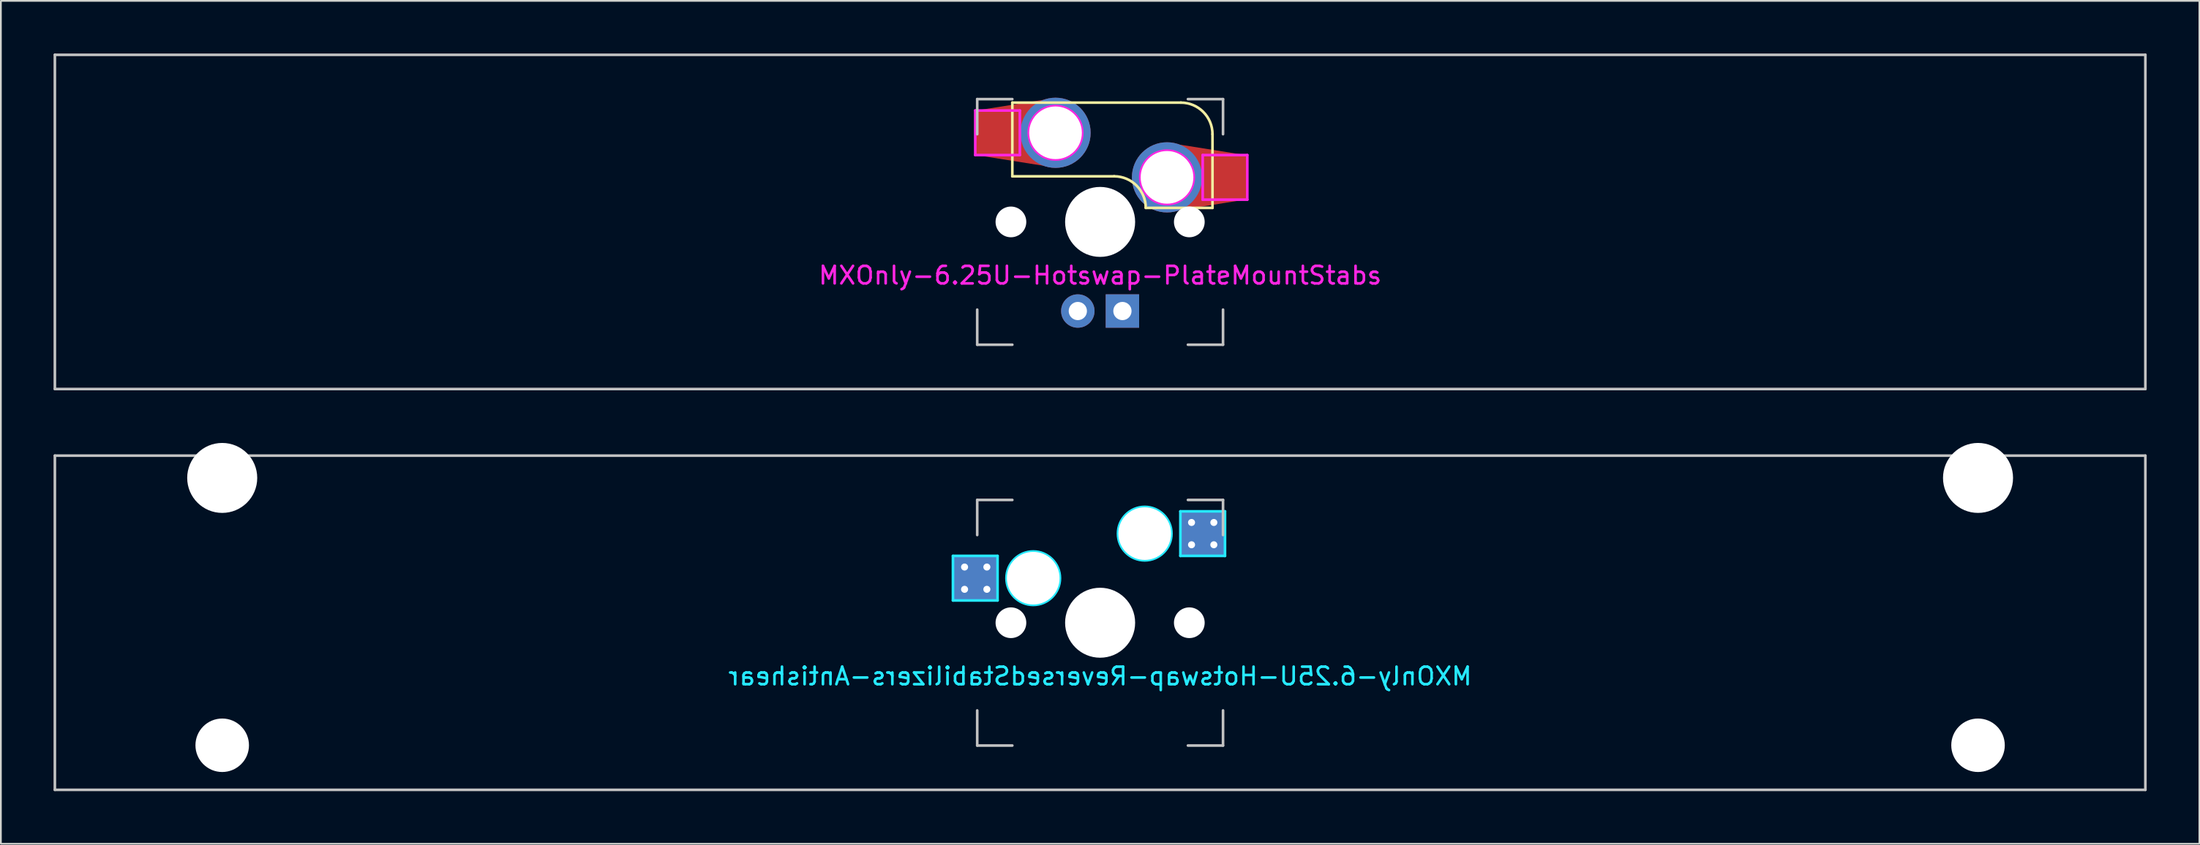
<source format=kicad_pcb>
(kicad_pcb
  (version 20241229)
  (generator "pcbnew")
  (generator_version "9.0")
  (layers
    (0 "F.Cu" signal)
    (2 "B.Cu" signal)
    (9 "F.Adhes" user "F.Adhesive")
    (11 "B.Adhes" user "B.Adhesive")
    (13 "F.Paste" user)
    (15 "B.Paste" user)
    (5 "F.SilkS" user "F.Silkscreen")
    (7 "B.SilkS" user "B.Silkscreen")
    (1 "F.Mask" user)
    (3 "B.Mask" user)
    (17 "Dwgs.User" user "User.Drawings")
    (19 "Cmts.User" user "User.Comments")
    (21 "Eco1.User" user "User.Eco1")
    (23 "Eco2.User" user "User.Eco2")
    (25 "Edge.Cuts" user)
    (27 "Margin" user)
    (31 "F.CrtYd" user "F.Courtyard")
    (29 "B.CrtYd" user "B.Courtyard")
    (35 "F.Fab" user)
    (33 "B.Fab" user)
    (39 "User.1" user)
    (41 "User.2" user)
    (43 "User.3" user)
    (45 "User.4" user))
  (footprint "MXOnly-6.25U-Hotswap-PlateMountStabs"
    (layer "F.Cu")
    (at 59.606 9.6)
    (property "Reference" "MXOnly-6.25U-Hotswap-PlateMountStabs" (at 0 3.048 180) (layer "F.CrtYd") (effects (font (size 1 1) (thickness 0.15))))
    (attr smd)
    (fp_line (start -5 -6.8) (end 4.6 -6.8) (stroke (width 0.15) (type solid)) (layer "F.SilkS"))
    (fp_line (start -5 -2.6) (end -5 -6.8) (stroke (width 0.15) (type solid)) (layer "F.SilkS"))
    (fp_line (start 0.8 -2.6) (end -5 -2.6) (stroke (width 0.15) (type solid)) (layer "F.SilkS"))
    (fp_line (start 6.4 -5) (end 6.4 -0.8) (stroke (width 0.15) (type solid)) (layer "F.SilkS"))
    (fp_line (start 6.4 -0.8) (end 2.6 -0.8) (stroke (width 0.15) (type solid)) (layer "F.SilkS"))
    (fp_arc (start 0.8 -2.6) (mid 2.072792 -2.072792) (end 2.6 -0.8) (stroke (width 0.15) (type solid)) (layer "F.SilkS"))
    (fp_arc (start 4.6 -6.8) (mid 5.872792 -6.272792) (end 6.4 -5) (stroke (width 0.15) (type solid)) (layer "F.SilkS"))
    (fp_poly (pts (xy -5.08 -3.493) (xy -7.112 -3.81) (xy -7.112 -6.35) (xy -5.08 -6.668)) (stroke (width 0.1) (type solid)) (fill yes) (layer "F.Paste"))
    (fp_poly (pts (xy 6.477 -4.064) (xy 8.509 -3.747) (xy 8.509 -1.206) (xy 6.477 -0.889)) (stroke (width 0.1) (type solid)) (fill yes) (layer "F.Paste"))
    (fp_line (start -59.531 -9.525) (end 59.531 -9.525) (stroke (width 0.15) (type solid)) (layer "Dwgs.User"))
    (fp_line (start -59.531 9.525) (end -59.531 -9.525) (stroke (width 0.15) (type solid)) (layer "Dwgs.User"))
    (fp_line (start -7 -7) (end -7 -5) (stroke (width 0.15) (type solid)) (layer "Dwgs.User"))
    (fp_line (start -7 7) (end -7 5) (stroke (width 0.15) (type solid)) (layer "Dwgs.User"))
    (fp_line (start -5 -7) (end -7 -7) (stroke (width 0.15) (type solid)) (layer "Dwgs.User"))
    (fp_line (start -5 7) (end -7 7) (stroke (width 0.15) (type solid)) (layer "Dwgs.User"))
    (fp_line (start 5 -7) (end 7 -7) (stroke (width 0.15) (type solid)) (layer "Dwgs.User"))
    (fp_line (start 7 -7) (end 7 -5) (stroke (width 0.15) (type solid)) (layer "Dwgs.User"))
    (fp_line (start 7 5) (end 7 7) (stroke (width 0.15) (type solid)) (layer "Dwgs.User"))
    (fp_line (start 7 7) (end 5 7) (stroke (width 0.15) (type solid)) (layer "Dwgs.User"))
    (fp_line (start 59.531 -9.525) (end 59.531 9.525) (stroke (width 0.15) (type solid)) (layer "Dwgs.User"))
    (fp_line (start 59.531 9.525) (end -59.531 9.525) (stroke (width 0.15) (type solid)) (layer "Dwgs.User"))
    (fp_line (start -7.112 -6.35) (end -7.112 -3.81) (stroke (width 0.15) (type solid)) (layer "F.CrtYd"))
    (fp_line (start -7.112 -3.81) (end -4.572 -3.81) (stroke (width 0.15) (type solid)) (layer "F.CrtYd"))
    (fp_line (start -4.572 -6.35) (end -7.112 -6.35) (stroke (width 0.15) (type solid)) (layer "F.CrtYd"))
    (fp_line (start -4.572 -3.81) (end -4.572 -6.35) (stroke (width 0.15) (type solid)) (layer "F.CrtYd"))
    (fp_line (start 5.842 -3.81) (end 5.842 -1.27) (stroke (width 0.15) (type solid)) (layer "F.CrtYd"))
    (fp_line (start 5.842 -1.27) (end 8.382 -1.27) (stroke (width 0.15) (type solid)) (layer "F.CrtYd"))
    (fp_line (start 8.382 -3.81) (end 5.842 -3.81) (stroke (width 0.15) (type solid)) (layer "F.CrtYd"))
    (fp_line (start 8.382 -1.27) (end 8.382 -3.81) (stroke (width 0.15) (type solid)) (layer "F.CrtYd"))
    (fp_circle (center -2.54 -5.08) (end -2.54 -6.604) (stroke (width 0.15) (type solid)) (fill no) (layer "F.CrtYd"))
    (fp_circle (center 3.81 -2.54) (end 3.81 -4.064) (stroke (width 0.15) (type solid)) (fill no) (layer "F.CrtYd"))
    (pad "" np_thru_hole circle (at -5.08 0 131.9) (size 1.75 1.75) (drill 1.75) (layers "*.Cu" "*.Mask"))
    (pad "" np_thru_hole circle (at 0 0 180) (size 3.988 3.988) (drill 3.988) (layers "*.Cu" "*.Mask"))
    (pad "" np_thru_hole circle (at 5.08 0 131.9) (size 1.75 1.75) (drill 1.75) (layers "*.Cu" "*.Mask"))
    (pad "1" thru_hole circle (at 3.81 -2.54 180) (size 4 4) (drill 3) (layers "*.Cu" "F.Mask"))
    (pad "1" smd custom (at 7.085 -2.54 180) (size 2.55 2.5) (layers "F.Cu" "F.Mask") (options (anchor rect)) (primitives (gr_poly (pts (xy -1.195 1.219) (xy 3.275 1.93) (xy 3.275 -1.93) (xy -1.195 -1.219)) (width 0.1) (fill yes))))
    (pad "2" smd custom (at -5.841 -5.08 180) (size 2.55 2.5) (layers "F.Cu" "F.Mask") (options (anchor rect)) (primitives (gr_poly (pts (xy 1.219 -1.219) (xy -3.251 -1.93) (xy -3.251 1.93) (xy 1.219 1.219)) (width 0.1) (fill yes))))
    (pad "2" thru_hole circle (at -2.54 -5.08 180) (size 4 4) (drill 3) (layers "*.Cu" "F.Mask"))
    (pad "3" thru_hole circle (at -1.27 5.08) (size 1.905 1.905) (drill 1.04) (layers "*.Cu" "B.Mask"))
    (pad "4" thru_hole rect (at 1.27 5.08) (size 1.905 1.905) (drill 1.04) (layers "*.Cu" "B.Mask")))
  (footprint "MXOnly-6.25U-Hotswap-ReversedStabilizers-Antishear"
    (layer "F.Cu")
    (at 59.606 32.449)
    (property "Reference" "MXOnly-6.25U-Hotswap-ReversedStabilizers-Antishear" (at 0 3.048 0) (layer "B.CrtYd") (effects (font (size 1 1) (thickness 0.15)) (justify mirror)))
    (attr smd)
    (fp_line (start -59.531 -9.525) (end 59.531 -9.525) (stroke (width 0.15) (type solid)) (layer "Dwgs.User"))
    (fp_line (start -59.531 9.525) (end -59.531 -9.525) (stroke (width 0.15) (type solid)) (layer "Dwgs.User"))
    (fp_line (start -7 -7) (end -7 -5) (stroke (width 0.15) (type solid)) (layer "Dwgs.User"))
    (fp_line (start -7 5) (end -7 7) (stroke (width 0.15) (type solid)) (layer "Dwgs.User"))
    (fp_line (start -7 7) (end -5 7) (stroke (width 0.15) (type solid)) (layer "Dwgs.User"))
    (fp_line (start -5 -7) (end -7 -7) (stroke (width 0.15) (type solid)) (layer "Dwgs.User"))
    (fp_line (start 5 -7) (end 7 -7) (stroke (width 0.15) (type solid)) (layer "Dwgs.User"))
    (fp_line (start 5 7) (end 7 7) (stroke (width 0.15) (type solid)) (layer "Dwgs.User"))
    (fp_line (start 7 -7) (end 7 -5) (stroke (width 0.15) (type solid)) (layer "Dwgs.User"))
    (fp_line (start 7 7) (end 7 5) (stroke (width 0.15) (type solid)) (layer "Dwgs.User"))
    (fp_line (start 59.531 -9.525) (end 59.531 9.525) (stroke (width 0.15) (type solid)) (layer "Dwgs.User"))
    (fp_line (start 59.531 9.525) (end -59.531 9.525) (stroke (width 0.15) (type solid)) (layer "Dwgs.User"))
    (fp_line (start -8.382 -3.81) (end -5.842 -3.81) (stroke (width 0.15) (type solid)) (layer "B.CrtYd"))
    (fp_line (start -8.382 -1.27) (end -8.382 -3.81) (stroke (width 0.15) (type solid)) (layer "B.CrtYd"))
    (fp_line (start -5.842 -3.81) (end -5.842 -1.27) (stroke (width 0.15) (type solid)) (layer "B.CrtYd"))
    (fp_line (start -5.842 -1.27) (end -8.382 -1.27) (stroke (width 0.15) (type solid)) (layer "B.CrtYd"))
    (fp_line (start 4.572 -6.35) (end 7.112 -6.35) (stroke (width 0.15) (type solid)) (layer "B.CrtYd"))
    (fp_line (start 4.572 -3.81) (end 4.572 -6.35) (stroke (width 0.15) (type solid)) (layer "B.CrtYd"))
    (fp_line (start 7.112 -6.35) (end 7.112 -3.81) (stroke (width 0.15) (type solid)) (layer "B.CrtYd"))
    (fp_line (start 7.112 -3.81) (end 4.572 -3.81) (stroke (width 0.15) (type solid)) (layer "B.CrtYd"))
    (fp_circle (center -3.81 -2.54) (end -3.81 -4.064) (stroke (width 0.15) (type solid)) (fill no) (layer "B.CrtYd"))
    (fp_circle (center 2.54 -5.08) (end 2.54 -6.604) (stroke (width 0.15) (type solid)) (fill no) (layer "B.CrtYd"))
    (pad "" np_thru_hole circle (at -50 -8.255) (size 3.988 3.988) (drill 3.988) (layers "*.Cu" "*.Mask"))
    (pad "" np_thru_hole circle (at -50 6.985) (size 3.048 3.048) (drill 3.048) (layers "*.Cu" "*.Mask"))
    (pad "" np_thru_hole circle (at -5.08 0 48.1) (size 1.75 1.75) (drill 1.75) (layers "*.Cu" "*.Mask"))
    (pad "" np_thru_hole circle (at -3.81 -2.54) (size 3 3) (drill 3) (layers "*.Cu" "*.Mask"))
    (pad "" np_thru_hole circle (at 0 0) (size 3.988 3.988) (drill 3.988) (layers "*.Cu" "*.Mask"))
    (pad "" np_thru_hole circle (at 2.54 -5.08) (size 3 3) (drill 3) (layers "*.Cu" "*.Mask"))
    (pad "" np_thru_hole circle (at 5.08 0 48.1) (size 1.75 1.75) (drill 1.75) (layers "*.Cu" "*.Mask"))
    (pad "" np_thru_hole circle (at 50 -8.255) (size 3.988 3.988) (drill 3.988) (layers "*.Cu" "*.Mask"))
    (pad "" np_thru_hole circle (at 50 6.985) (size 3.048 3.048) (drill 3.048) (layers "*.Cu" "*.Mask"))
    (pad "1" thru_hole circle (at -7.72 -3.175) (size 0.8 0.8) (drill 0.4) (layers "*.Cu" "B.Mask"))
    (pad "1" thru_hole circle (at -7.72 -1.905) (size 0.8 0.8) (drill 0.4) (layers "*.Cu" "B.Mask"))
    (pad "1" smd rect (at -7.085 -2.54) (size 2.55 2.5) (layers "B.Cu" "B.Mask" "B.Paste"))
    (pad "1" thru_hole circle (at -6.45 -3.175) (size 0.8 0.8) (drill 0.4) (layers "*.Cu" "B.Mask"))
    (pad "1" thru_hole circle (at -6.45 -1.905) (size 0.8 0.8) (drill 0.4) (layers "*.Cu" "B.Mask"))
    (pad "2" thru_hole circle (at 5.207 -5.715) (size 0.8 0.8) (drill 0.4) (layers "*.Cu" "B.Mask"))
    (pad "2" thru_hole circle (at 5.207 -4.445) (size 0.8 0.8) (drill 0.4) (layers "*.Cu" "B.Mask"))
    (pad "2" smd rect (at 5.842 -5.08) (size 2.55 2.5) (layers "B.Cu" "B.Mask" "B.Paste"))
    (pad "2" thru_hole circle (at 6.477 -5.715) (size 0.8 0.8) (drill 0.4) (layers "*.Cu" "B.Mask"))
    (pad "2" thru_hole circle (at 6.477 -4.445) (size 0.8 0.8) (drill 0.4) (layers "*.Cu" "B.Mask")))
  (gr_rect
    (start -3 -3)
    (end 122.213 45.049)
    (stroke (width 0.1) (type default))
    (fill no)
    (layer "Edge.Cuts")))
</source>
